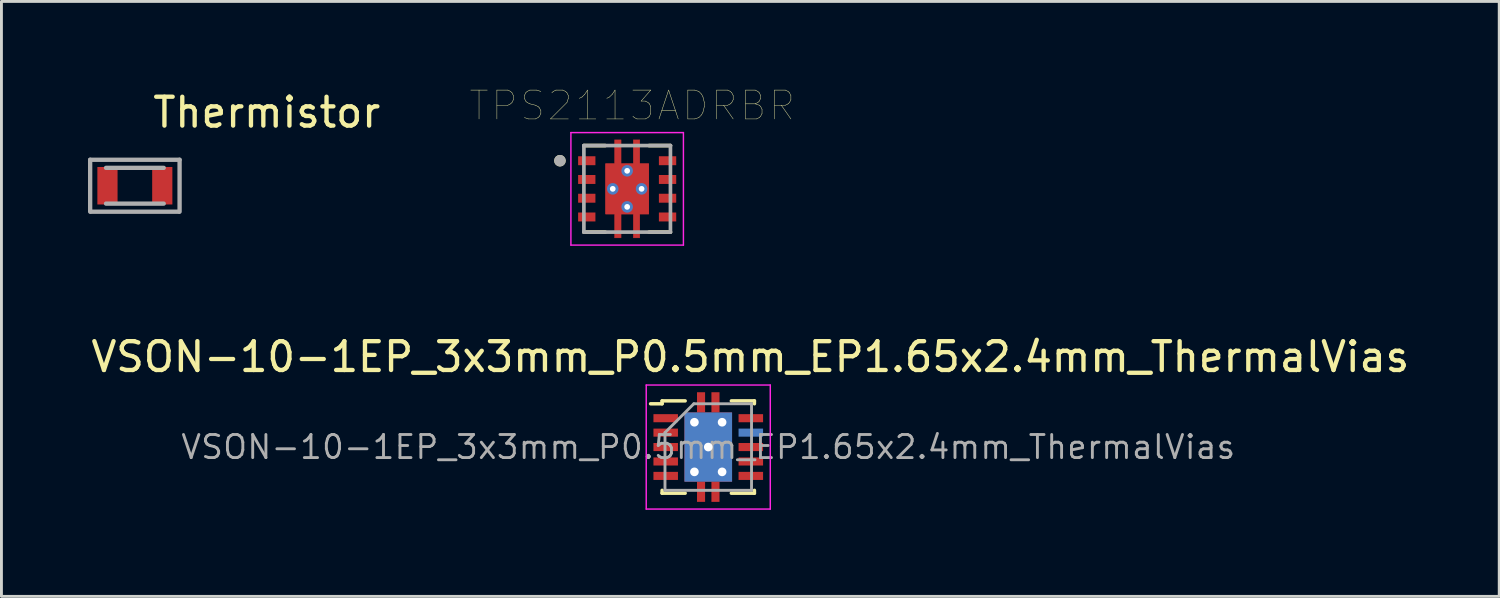
<source format=kicad_pcb>
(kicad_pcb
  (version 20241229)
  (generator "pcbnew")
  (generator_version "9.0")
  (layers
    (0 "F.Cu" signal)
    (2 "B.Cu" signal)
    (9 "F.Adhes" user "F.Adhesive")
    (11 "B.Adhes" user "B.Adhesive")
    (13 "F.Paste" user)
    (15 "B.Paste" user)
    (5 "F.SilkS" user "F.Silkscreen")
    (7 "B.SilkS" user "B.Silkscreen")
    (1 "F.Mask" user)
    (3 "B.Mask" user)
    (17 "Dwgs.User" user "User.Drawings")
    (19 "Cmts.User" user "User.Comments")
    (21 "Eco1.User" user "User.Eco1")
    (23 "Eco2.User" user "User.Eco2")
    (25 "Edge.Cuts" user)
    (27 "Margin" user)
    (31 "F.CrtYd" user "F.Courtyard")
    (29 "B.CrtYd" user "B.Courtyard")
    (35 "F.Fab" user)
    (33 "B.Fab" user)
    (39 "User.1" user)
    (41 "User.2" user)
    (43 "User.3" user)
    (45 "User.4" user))
  (footprint "TPS2113ADRBR"
    (layer "F.Cu")
    (at 18.689 3.496)
    (property "Reference" "TPS2113ADRBR" (at 0.175 -2.885 0) (layer "F.SilkS") (effects (font (size 1 1) (thickness 0.015))))
    (attr through_hole)
    (fp_poly (pts (xy -0.75 -0.875) (xy -0.44 -0.875) (xy -0.44 -1.7) (xy -0.21 -1.7) (xy -0.21 -0.875) (xy 0.21 -0.875) (xy 0.21 -1.7) (xy 0.44 -1.7) (xy 0.44 -0.875) (xy 0.75 -0.875) (xy 0.75 0.875) (xy 0.44 0.875) (xy 0.44 1.7) (xy 0.21 1.7) (xy 0.21 0.875) (xy -0.21 0.875) (xy -0.21 1.7) (xy -0.44 1.7) (xy -0.44 0.875) (xy -0.75 0.875)) (stroke (width 0.01) (type solid)) (fill yes) (layer "F.Cu"))
    (fp_poly (pts (xy -1.77 -1.2) (xy -1.03 -1.2) (xy -1.03 -0.75) (xy -1.77 -0.75)) (stroke (width 0.01) (type solid)) (fill yes) (layer "F.Mask"))
    (fp_poly (pts (xy -1.77 -0.55) (xy -1.03 -0.55) (xy -1.03 -0.1) (xy -1.77 -0.1)) (stroke (width 0.01) (type solid)) (fill yes) (layer "F.Mask"))
    (fp_poly (pts (xy -1.77 0.1) (xy -1.03 0.1) (xy -1.03 0.55) (xy -1.77 0.55)) (stroke (width 0.01) (type solid)) (fill yes) (layer "F.Mask"))
    (fp_poly (pts (xy -1.77 0.75) (xy -1.03 0.75) (xy -1.03 1.2) (xy -1.77 1.2)) (stroke (width 0.01) (type solid)) (fill yes) (layer "F.Mask"))
    (fp_poly (pts (xy 1.03 -1.2) (xy 1.77 -1.2) (xy 1.77 -0.75) (xy 1.03 -0.75)) (stroke (width 0.01) (type solid)) (fill yes) (layer "F.Mask"))
    (fp_poly (pts (xy 1.03 -0.55) (xy 1.77 -0.55) (xy 1.77 -0.1) (xy 1.03 -0.1)) (stroke (width 0.01) (type solid)) (fill yes) (layer "F.Mask"))
    (fp_poly (pts (xy 1.03 0.1) (xy 1.77 0.1) (xy 1.77 0.55) (xy 1.03 0.55)) (stroke (width 0.01) (type solid)) (fill yes) (layer "F.Mask"))
    (fp_poly (pts (xy 1.03 0.75) (xy 1.77 0.75) (xy 1.77 1.2) (xy 1.03 1.2)) (stroke (width 0.01) (type solid)) (fill yes) (layer "F.Mask"))
    (fp_poly (pts (xy -0.82 -0.945) (xy -0.51 -0.945) (xy -0.51 -1.77) (xy -0.14 -1.77) (xy -0.14 -0.945) (xy 0.14 -0.945) (xy 0.14 -1.77) (xy 0.51 -1.77) (xy 0.51 -0.945) (xy 0.82 -0.945) (xy 0.82 0.945) (xy 0.51 0.945) (xy 0.51 1.77) (xy 0.14 1.77) (xy 0.14 0.945) (xy -0.14 0.945) (xy -0.14 1.77) (xy -0.51 1.77) (xy -0.51 0.945) (xy -0.82 0.945)) (stroke (width 0.01) (type solid)) (fill yes) (layer "F.Mask"))
    (fp_line (start -1.5 -1.5) (end -0.76 -1.5) (stroke (width 0.127) (type solid)) (layer "F.SilkS"))
    (fp_line (start -1.5 1.5) (end -0.76 1.5) (stroke (width 0.127) (type solid)) (layer "F.SilkS"))
    (fp_line (start 0.76 -1.5) (end 1.5 -1.5) (stroke (width 0.127) (type solid)) (layer "F.SilkS"))
    (fp_line (start 0.76 1.5) (end 1.5 1.5) (stroke (width 0.127) (type solid)) (layer "F.SilkS"))
    (fp_circle (center -2.33 -0.975) (end -2.23 -0.975) (stroke (width 0.2) (type solid)) (fill no) (layer "F.SilkS"))
    (fp_poly (pts (xy -0.67 -0.775) (xy 0.67 -0.775) (xy 0.67 0.775) (xy -0.67 0.775)) (stroke (width 0.01) (type solid)) (fill yes) (layer "F.Paste"))
    (fp_poly (pts (xy -0.44 -1.7) (xy -0.21 -1.7) (xy -0.21 -0.975) (xy -0.44 -0.975)) (stroke (width 0.01) (type solid)) (fill yes) (layer "F.Paste"))
    (fp_poly (pts (xy -0.21 1.7) (xy -0.44 1.7) (xy -0.44 0.975) (xy -0.21 0.975)) (stroke (width 0.01) (type solid)) (fill yes) (layer "F.Paste"))
    (fp_poly (pts (xy 0.21 -1.7) (xy 0.44 -1.7) (xy 0.44 -0.975) (xy 0.21 -0.975)) (stroke (width 0.01) (type solid)) (fill yes) (layer "F.Paste"))
    (fp_poly (pts (xy 0.44 1.7) (xy 0.21 1.7) (xy 0.21 0.975) (xy 0.44 0.975)) (stroke (width 0.01) (type solid)) (fill yes) (layer "F.Paste"))
    (fp_line (start -1.95 -1.95) (end -1.95 1.95) (stroke (width 0.05) (type solid)) (layer "F.CrtYd"))
    (fp_line (start -1.95 -1.95) (end 1.95 -1.95) (stroke (width 0.05) (type solid)) (layer "F.CrtYd"))
    (fp_line (start -1.95 1.95) (end 1.95 1.95) (stroke (width 0.05) (type solid)) (layer "F.CrtYd"))
    (fp_line (start 1.95 -1.95) (end 1.95 1.95) (stroke (width 0.05) (type solid)) (layer "F.CrtYd"))
    (fp_line (start -1.5 -1.5) (end -1.5 1.5) (stroke (width 0.127) (type solid)) (layer "F.Fab"))
    (fp_line (start -1.5 -1.5) (end 1.5 -1.5) (stroke (width 0.127) (type solid)) (layer "F.Fab"))
    (fp_line (start -1.5 1.5) (end 1.5 1.5) (stroke (width 0.127) (type solid)) (layer "F.Fab"))
    (fp_line (start 1.5 -1.5) (end 1.5 1.5) (stroke (width 0.127) (type solid)) (layer "F.Fab"))
    (fp_circle (center -2.33 -0.975) (end -2.23 -0.975) (stroke (width 0.2) (type solid)) (fill no) (layer "F.Fab"))
    (pad "1" smd rect (at -1.4 -0.975) (size 0.6 0.31) (layers "F.Cu" "F.Paste"))
    (pad "2" smd rect (at -1.4 -0.325) (size 0.6 0.31) (layers "F.Cu" "F.Paste"))
    (pad "3" smd rect (at -1.4 0.325) (size 0.6 0.31) (layers "F.Cu" "F.Paste"))
    (pad "4" smd rect (at -1.4 0.975) (size 0.6 0.31) (layers "F.Cu" "F.Paste"))
    (pad "5" smd rect (at 1.4 0.975) (size 0.6 0.31) (layers "F.Cu" "F.Paste"))
    (pad "6" smd rect (at 1.4 0.325) (size 0.6 0.31) (layers "F.Cu" "F.Paste"))
    (pad "7" smd rect (at 1.4 -0.325) (size 0.6 0.31) (layers "F.Cu" "F.Paste"))
    (pad "8" smd rect (at 1.4 -0.975) (size 0.6 0.31) (layers "F.Cu" "F.Paste"))
    (pad "9" smd rect (at 0 0) (size 1.5 1.75) (layers "F.Cu"))
    (pad "10" thru_hole circle (at 0 -0.625) (size 0.4 0.4) (drill 0.2) (layers "*.Cu"))
    (pad "11" thru_hole circle (at 0.5 0) (size 0.4 0.4) (drill 0.2) (layers "*.Cu"))
    (pad "12" thru_hole circle (at -0.5 0) (size 0.4 0.4) (drill 0.2) (layers "*.Cu"))
    (pad "13" thru_hole circle (at 0 0.625) (size 0.4 0.4) (drill 0.2) (layers "*.Cu")))
  (footprint "Thermistor"
    (layer "F.Cu")
    (at 1.625 3.388)
    (property "Reference" "Thermistor" (at 4.572 -2.54 0) (layer "F.SilkS") (effects (font (size 1 1) (thickness 0.15))))
    (attr through_hole)
    (fp_line (start -1.55 -0.9) (end -1.55 0.9) (stroke (width 0.15) (type solid)) (layer "F.Fab"))
    (fp_line (start -1.55 -0.9) (end 1.55 -0.9) (stroke (width 0.15) (type solid)) (layer "F.Fab"))
    (fp_line (start -1 0.62) (end 1 0.62) (stroke (width 0.15) (type solid)) (layer "F.Fab"))
    (fp_line (start 1 -0.62) (end -1 -0.62) (stroke (width 0.15) (type solid)) (layer "F.Fab"))
    (fp_line (start 1.524 0.9) (end -1.524 0.9) (stroke (width 0.15) (type solid)) (layer "F.Fab"))
    (fp_line (start 1.55 -0.9) (end 1.55 0.9) (stroke (width 0.15) (type solid)) (layer "F.Fab"))
    (pad "1" smd rect (at -0.95 0) (size 0.7 1.3) (layers "F.Cu" "F.Mask" "F.Paste"))
    (pad "2" smd rect (at 0.95 0) (size 0.7 1.3) (layers "F.Cu" "F.Mask" "F.Paste")))
  (footprint "VSON-10-1EP_3x3mm_P0.5mm_EP1.65x2.4mm_ThermalVias"
    (layer "F.Cu")
    (at 21.5 12.446)
    (property "Reference" "VSON-10-1EP_3x3mm_P0.5mm_EP1.65x2.4mm_ThermalVias" (at 1.458 -3.126 180) (layer "F.SilkS") (effects (font (size 1 1) (thickness 0.15))))
    (attr smd)
    (fp_line (start -1.6 -1.6) (end -1.6 -1.5) (stroke (width 0.12) (type solid)) (layer "F.SilkS"))
    (fp_line (start -1.6 -1.5) (end -2 -1.5) (stroke (width 0.12) (type solid)) (layer "F.SilkS"))
    (fp_line (start -1.6 1.5) (end -1.6 1.6) (stroke (width 0.12) (type solid)) (layer "F.SilkS"))
    (fp_line (start -1.6 1.6) (end -0.8 1.6) (stroke (width 0.12) (type solid)) (layer "F.SilkS"))
    (fp_line (start -0.8 -1.6) (end -1.6 -1.6) (stroke (width 0.12) (type solid)) (layer "F.SilkS"))
    (fp_line (start 0.8 -1.6) (end 1.6 -1.6) (stroke (width 0.12) (type solid)) (layer "F.SilkS"))
    (fp_line (start 0.8 1.6) (end 1.6 1.6) (stroke (width 0.12) (type solid)) (layer "F.SilkS"))
    (fp_line (start 1.6 -1.6) (end 1.6 -1.5) (stroke (width 0.12) (type solid)) (layer "F.SilkS"))
    (fp_line (start 1.6 1.6) (end 1.6 1.5) (stroke (width 0.12) (type solid)) (layer "F.SilkS"))
    (fp_line (start -2.15 -2.15) (end 2.15 -2.15) (stroke (width 0.05) (type solid)) (layer "F.CrtYd"))
    (fp_line (start -2.15 2.15) (end -2.15 -2.15) (stroke (width 0.05) (type solid)) (layer "F.CrtYd"))
    (fp_line (start 2.15 -2.15) (end 2.15 2.15) (stroke (width 0.05) (type solid)) (layer "F.CrtYd"))
    (fp_line (start 2.15 2.15) (end -2.15 2.15) (stroke (width 0.05) (type solid)) (layer "F.CrtYd"))
    (fp_line (start -1.5 -0.5) (end -1.5 1.5) (stroke (width 0.1) (type solid)) (layer "F.Fab"))
    (fp_line (start -1.5 -0.5) (end -0.5 -1.5) (stroke (width 0.1) (type solid)) (layer "F.Fab"))
    (fp_line (start -1.5 1.5) (end 1.5 1.5) (stroke (width 0.1) (type solid)) (layer "F.Fab"))
    (fp_line (start -0.5 -1.5) (end 1.5 -1.5) (stroke (width 0.1) (type solid)) (layer "F.Fab"))
    (fp_line (start 1.5 -1.5) (end 1.5 1.5) (stroke (width 0.1) (type solid)) (layer "F.Fab"))
    (fp_text user "${REFERENCE}" (at 0 0 0) (layer "F.Fab") (effects (font (size 0.8 0.8) (thickness 0.1))))
    (pad "" smd rect (at -0.48 -0.86) (size 0.64 0.64) (layers "F.Paste"))
    (pad "" smd rect (at -0.48 0) (size 0.64 0.64) (layers "F.Paste"))
    (pad "" smd rect (at -0.48 0.86) (size 0.64 0.64) (layers "F.Paste"))
    (pad "" smd rect (at 0.48 -0.86) (size 0.64 0.64) (layers "F.Paste"))
    (pad "" smd rect (at 0.48 0) (size 0.64 0.64) (layers "F.Paste"))
    (pad "" smd rect (at 0.48 0.86) (size 0.64 0.64) (layers "F.Paste"))
    (pad "1" smd rect (at -1.475 -1) (size 0.85 0.28) (layers "F.Cu" "F.Mask" "F.Paste"))
    (pad "2" smd rect (at -1.475 -0.5) (size 0.85 0.28) (layers "F.Cu" "F.Mask" "F.Paste"))
    (pad "3" smd rect (at -1.475 0) (size 0.85 0.28) (layers "F.Cu" "F.Mask" "F.Paste"))
    (pad "4" smd rect (at -1.475 0.5) (size 0.85 0.28) (layers "F.Cu" "F.Mask" "F.Paste"))
    (pad "5" smd rect (at -1.475 1) (size 0.85 0.28) (layers "F.Cu" "F.Mask" "F.Paste"))
    (pad "6" smd rect (at 1.475 1) (size 0.85 0.28) (layers "F.Cu" "F.Mask" "F.Paste"))
    (pad "7" smd rect (at 1.475 0.5) (size 0.85 0.28) (layers "F.Cu" "F.Mask" "F.Paste"))
    (pad "8" smd rect (at 1.475 0) (size 0.85 0.28) (layers "F.Cu" "F.Mask" "F.Paste"))
    (pad "9" smd rect (at 1.475 -0.5) (size 0.85 0.28) (layers "F.Mask" "B.Cu" "F.Paste"))
    (pad "10" smd rect (at 1.475 -1) (size 0.85 0.28) (layers "F.Cu" "F.Mask" "F.Paste"))
    (pad "11" thru_hole circle (at -0.48 -0.86) (size 0.6 0.6) (drill 0.3) (layers "*.Cu"))
    (pad "11" thru_hole circle (at -0.48 0.86) (size 0.6 0.6) (drill 0.3) (layers "*.Cu"))
    (pad "11" smd rect (at -0.25 -1.55) (size 0.28 0.7) (layers "F.Cu" "F.Mask" "F.Paste"))
    (pad "11" smd rect (at -0.25 1.55) (size 0.28 0.7) (layers "F.Cu" "F.Mask" "F.Paste"))
    (pad "11" thru_hole circle (at 0 0) (size 0.6 0.6) (drill 0.3) (layers "*.Cu"))
    (pad "11" smd rect (at 0 0) (size 1.65 2.4) (layers "F.Cu" "F.Mask"))
    (pad "11" smd rect (at 0 0) (size 1.65 2.4) (layers "B.Cu"))
    (pad "11" smd rect (at 0.25 -1.55) (size 0.28 0.7) (layers "F.Cu" "F.Mask" "F.Paste"))
    (pad "11" smd rect (at 0.25 1.55) (size 0.28 0.7) (layers "F.Cu" "F.Mask" "F.Paste"))
    (pad "11" thru_hole circle (at 0.48 -0.86) (size 0.6 0.6) (drill 0.3) (layers "*.Cu"))
    (pad "11" thru_hole circle (at 0.48 0.86) (size 0.6 0.6) (drill 0.3) (layers "*.Cu")))
  (gr_rect
    (start -3 -3)
    (end 48.917 17.621)
    (stroke (width 0.1) (type default))
    (fill no)
    (layer "Edge.Cuts")))
</source>
